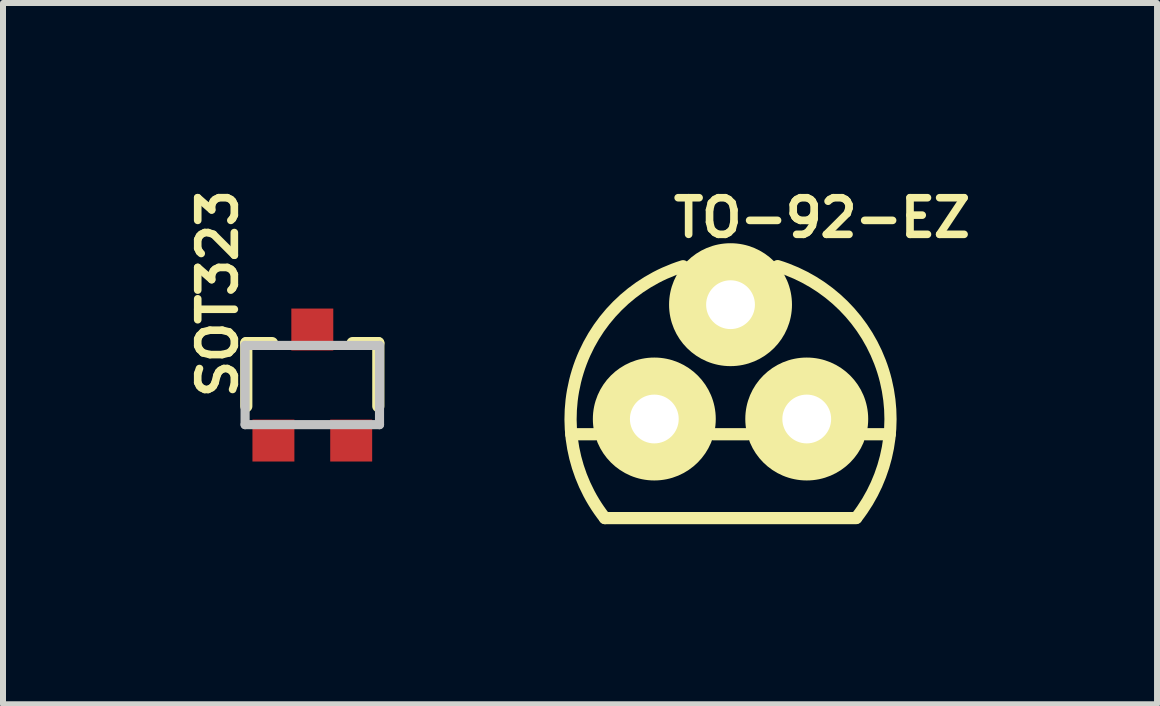
<source format=kicad_pcb>
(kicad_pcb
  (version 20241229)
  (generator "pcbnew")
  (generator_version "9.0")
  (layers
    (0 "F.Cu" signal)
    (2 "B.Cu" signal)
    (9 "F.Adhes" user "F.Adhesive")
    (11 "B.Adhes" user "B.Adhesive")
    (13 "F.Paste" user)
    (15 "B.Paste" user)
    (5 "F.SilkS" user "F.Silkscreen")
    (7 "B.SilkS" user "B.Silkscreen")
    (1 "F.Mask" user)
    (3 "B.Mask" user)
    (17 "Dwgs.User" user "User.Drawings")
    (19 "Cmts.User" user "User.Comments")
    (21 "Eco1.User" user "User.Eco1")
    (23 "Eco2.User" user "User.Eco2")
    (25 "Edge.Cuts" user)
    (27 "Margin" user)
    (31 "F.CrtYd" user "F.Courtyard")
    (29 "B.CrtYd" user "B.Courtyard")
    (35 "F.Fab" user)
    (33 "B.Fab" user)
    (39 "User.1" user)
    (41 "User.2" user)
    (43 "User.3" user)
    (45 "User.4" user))
  (footprint "TO-92-EZ"
    (layer "F.Cu")
    (at 9.123 3.932)
    (property "Reference" "TO-92-EZ" (at 1.524 -3.353 0) (layer "F.SilkS") (effects (font (size 0.61 0.61) (thickness 0.127))))
    (attr exclude_from_pos_files exclude_from_bom)
    (fp_line (start -2.654 0.254) (end -2.253 0.254) (stroke (width 0.203) (type solid)) (layer "F.SilkS"))
    (fp_line (start -2.093 1.651) (end 2.093 1.651) (stroke (width 0.203) (type solid)) (layer "F.SilkS"))
    (fp_line (start -0.284 0.254) (end 0.284 0.254) (stroke (width 0.203) (type solid)) (layer "F.SilkS"))
    (fp_line (start 2.253 0.254) (end 2.654 0.254) (stroke (width 0.203) (type solid)) (layer "F.SilkS"))
    (fp_arc (start -2.09296 1.651) (mid -2.546098 -0.789726) (end -0.791292 -2.545612) (stroke (width 0.2032) (type solid)) (layer "F.SilkS"))
    (fp_arc (start 0.78486 -2.54762) (mid 2.54411 -0.796164) (end 2.097139 1.645715) (stroke (width 0.2032) (type solid)) (layer "F.SilkS"))
    (fp_circle (center -1.27 0) (end -1.27 -1.024) (stroke (width 0) (type solid)) (fill yes) (layer "F.SilkS"))
    (fp_circle (center -1.27 0) (end -1.27 -0.508) (stroke (width 0) (type solid)) (fill yes) (layer "F.SilkS"))
    (fp_circle (center 0 -1.905) (end 0 -2.929) (stroke (width 0) (type solid)) (fill yes) (layer "F.SilkS"))
    (fp_circle (center 0 -1.905) (end 0 -2.413) (stroke (width 0) (type solid)) (fill yes) (layer "F.SilkS"))
    (fp_circle (center 1.27 0) (end 1.27 -1.024) (stroke (width 0) (type solid)) (fill yes) (layer "F.SilkS"))
    (fp_circle (center 1.27 0) (end 1.27 -0.508) (stroke (width 0) (type solid)) (fill yes) (layer "F.SilkS"))
    (pad "1" thru_hole circle (at -1.27 0) (size 1.88 1.88) (drill 0.813) (layers "*.Cu" "*.Paste" "*.Mask"))
    (pad "2" thru_hole circle (at 0 -1.905) (size 1.88 1.88) (drill 0.813) (layers "*.Cu" "*.Paste" "*.Mask"))
    (pad "3" thru_hole circle (at 1.27 0) (size 1.88 1.88) (drill 0.813) (layers "*.Cu" "*.Paste" "*.Mask")))
  (footprint "SOT323"
    (layer "F.Cu")
    (at 2.154 3.366)
    (property "Reference" "SOT323" (at -1.575 -1.524 90) (layer "F.SilkS") (effects (font (size 0.61 0.61) (thickness 0.127))))
    (attr smd)
    (fp_line (start -1.1 -0.699) (end -1.1 0.353) (stroke (width 0.203) (type solid)) (layer "F.SilkS"))
    (fp_line (start -0.671 -0.699) (end -1.1 -0.699) (stroke (width 0.203) (type solid)) (layer "F.SilkS"))
    (fp_line (start 0.671 -0.699) (end 1.1 -0.699) (stroke (width 0.203) (type solid)) (layer "F.SilkS"))
    (fp_line (start 1.1 -0.699) (end 1.1 0.353) (stroke (width 0.203) (type solid)) (layer "F.SilkS"))
    (fp_line (start -1.12 -0.66) (end 1.12 -0.66) (stroke (width 0.152) (type solid)) (layer "Dwgs.User"))
    (fp_line (start -1.12 0.66) (end -1.12 -0.66) (stroke (width 0.152) (type solid)) (layer "Dwgs.User"))
    (fp_line (start 1.12 -0.66) (end 1.12 0.66) (stroke (width 0.152) (type solid)) (layer "Dwgs.User"))
    (fp_line (start 1.12 0.66) (end -1.12 0.66) (stroke (width 0.152) (type solid)) (layer "Dwgs.User"))
    (pad "1" smd rect (at -0.648 0.925) (size 0.699 0.699) (layers "F.Cu" "F.Mask" "F.Paste"))
    (pad "2" smd rect (at 0.648 0.925) (size 0.699 0.699) (layers "F.Cu" "F.Mask" "F.Paste"))
    (pad "3" smd rect (at 0 -0.925) (size 0.699 0.699) (layers "F.Cu" "F.Mask" "F.Paste")))
  (gr_rect
    (start -3 -3)
    (end 16.23 8.685)
    (stroke (width 0.1) (type default))
    (fill no)
    (layer "Edge.Cuts")))
</source>
